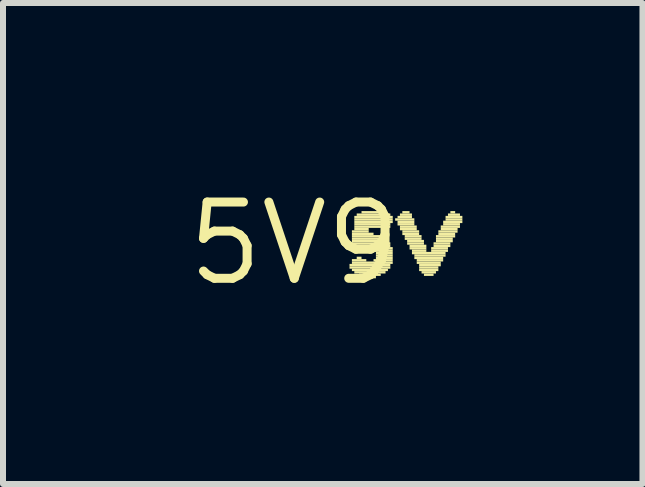
<source format=kicad_pcb>
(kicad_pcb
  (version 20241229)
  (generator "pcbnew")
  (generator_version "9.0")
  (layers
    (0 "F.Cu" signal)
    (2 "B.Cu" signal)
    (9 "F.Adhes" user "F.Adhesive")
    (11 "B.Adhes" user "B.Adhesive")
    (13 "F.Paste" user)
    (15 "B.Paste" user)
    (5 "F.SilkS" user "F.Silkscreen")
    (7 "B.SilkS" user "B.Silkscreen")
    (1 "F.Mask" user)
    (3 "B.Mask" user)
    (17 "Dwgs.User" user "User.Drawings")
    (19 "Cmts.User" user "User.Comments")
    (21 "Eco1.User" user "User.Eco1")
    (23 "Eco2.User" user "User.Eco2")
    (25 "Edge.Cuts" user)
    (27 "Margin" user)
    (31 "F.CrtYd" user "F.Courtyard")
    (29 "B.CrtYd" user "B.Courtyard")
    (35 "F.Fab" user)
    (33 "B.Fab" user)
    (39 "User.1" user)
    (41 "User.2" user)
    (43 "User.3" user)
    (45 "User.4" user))
  (footprint "5V9"
    (layer "F.Cu")
    (at 1.852 1.006)
    (property "Reference" "5V9" (at 0 0 0) (layer "F.SilkS") (effects (font (size 1.27 1.27) (thickness 0.15))))
    (fp_poly (pts (xy 0.92 0.38) (xy 1.6 0.38) (xy 1.6 0.34) (xy 0.92 0.34)) (stroke (width 0) (type default)) (fill yes) (layer "F.SilkS"))
    (fp_poly (pts (xy 0.92 0.42) (xy 1.6 0.42) (xy 1.6 0.38) (xy 0.92 0.38)) (stroke (width 0) (type default)) (fill yes) (layer "F.SilkS"))
    (fp_poly (pts (xy 0.96 -0.18) (xy 1.24 -0.18) (xy 1.24 -0.22) (xy 0.96 -0.22)) (stroke (width 0) (type default)) (fill yes) (layer "F.SilkS"))
    (fp_poly (pts (xy 0.96 -0.14) (xy 1.32 -0.14) (xy 1.32 -0.18) (xy 0.96 -0.18)) (stroke (width 0) (type default)) (fill yes) (layer "F.SilkS"))
    (fp_poly (pts (xy 0.96 -0.1) (xy 1.44 -0.1) (xy 1.44 -0.14) (xy 0.96 -0.14)) (stroke (width 0) (type default)) (fill yes) (layer "F.SilkS"))
    (fp_poly (pts (xy 0.96 -0.06) (xy 1.52 -0.06) (xy 1.52 -0.1) (xy 0.96 -0.1)) (stroke (width 0) (type default)) (fill yes) (layer "F.SilkS"))
    (fp_poly (pts (xy 0.96 -0.02) (xy 1.56 -0.02) (xy 1.56 -0.06) (xy 0.96 -0.06)) (stroke (width 0) (type default)) (fill yes) (layer "F.SilkS"))
    (fp_poly (pts (xy 0.96 0.02) (xy 1.6 0.02) (xy 1.6 -0.02) (xy 0.96 -0.02)) (stroke (width 0) (type default)) (fill yes) (layer "F.SilkS"))
    (fp_poly (pts (xy 0.96 0.06) (xy 1.6 0.06) (xy 1.6 0.02) (xy 0.96 0.02)) (stroke (width 0) (type default)) (fill yes) (layer "F.SilkS"))
    (fp_poly (pts (xy 0.96 0.1) (xy 1.64 0.1) (xy 1.64 0.06) (xy 0.96 0.06)) (stroke (width 0) (type default)) (fill yes) (layer "F.SilkS"))
    (fp_poly (pts (xy 0.96 0.3) (xy 1.2 0.3) (xy 1.2 0.26) (xy 0.96 0.26)) (stroke (width 0) (type default)) (fill yes) (layer "F.SilkS"))
    (fp_poly (pts (xy 0.96 0.34) (xy 1.64 0.34) (xy 1.64 0.3) (xy 0.96 0.3)) (stroke (width 0) (type default)) (fill yes) (layer "F.SilkS"))
    (fp_poly (pts (xy 0.96 0.46) (xy 1.56 0.46) (xy 1.56 0.42) (xy 0.96 0.42)) (stroke (width 0) (type default)) (fill yes) (layer "F.SilkS"))
    (fp_poly (pts (xy 1 -0.42) (xy 1.64 -0.42) (xy 1.64 -0.46) (xy 1 -0.46)) (stroke (width 0) (type default)) (fill yes) (layer "F.SilkS"))
    (fp_poly (pts (xy 1 -0.38) (xy 1.64 -0.38) (xy 1.64 -0.42) (xy 1 -0.42)) (stroke (width 0) (type default)) (fill yes) (layer "F.SilkS"))
    (fp_poly (pts (xy 1 -0.34) (xy 1.64 -0.34) (xy 1.64 -0.38) (xy 1 -0.38)) (stroke (width 0) (type default)) (fill yes) (layer "F.SilkS"))
    (fp_poly (pts (xy 1 -0.3) (xy 1.6 -0.3) (xy 1.6 -0.34) (xy 1 -0.34)) (stroke (width 0) (type default)) (fill yes) (layer "F.SilkS"))
    (fp_poly (pts (xy 1 -0.26) (xy 1.6 -0.26) (xy 1.6 -0.3) (xy 1 -0.3)) (stroke (width 0) (type default)) (fill yes) (layer "F.SilkS"))
    (fp_poly (pts (xy 1 -0.22) (xy 1.24 -0.22) (xy 1.24 -0.26) (xy 1 -0.26)) (stroke (width 0) (type default)) (fill yes) (layer "F.SilkS"))
    (fp_poly (pts (xy 1 0.14) (xy 1.2 0.14) (xy 1.2 0.1) (xy 1 0.1)) (stroke (width 0) (type default)) (fill yes) (layer "F.SilkS"))
    (fp_poly (pts (xy 1 0.5) (xy 1.52 0.5) (xy 1.52 0.46) (xy 1 0.46)) (stroke (width 0) (type default)) (fill yes) (layer "F.SilkS"))
    (fp_poly (pts (xy 1.04 -0.46) (xy 1.6 -0.46) (xy 1.6 -0.5) (xy 1.04 -0.5)) (stroke (width 0) (type default)) (fill yes) (layer "F.SilkS"))
    (fp_poly (pts (xy 1.04 0.26) (xy 1.12 0.26) (xy 1.12 0.22) (xy 1.04 0.22)) (stroke (width 0) (type default)) (fill yes) (layer "F.SilkS"))
    (fp_poly (pts (xy 1.08 0.54) (xy 1.44 0.54) (xy 1.44 0.5) (xy 1.08 0.5)) (stroke (width 0) (type default)) (fill yes) (layer "F.SilkS"))
    (fp_poly (pts (xy 1.12 -0.5) (xy 1.52 -0.5) (xy 1.52 -0.54) (xy 1.12 -0.54)) (stroke (width 0) (type default)) (fill yes) (layer "F.SilkS"))
    (fp_poly (pts (xy 1.2 0.58) (xy 1.36 0.58) (xy 1.36 0.54) (xy 1.2 0.54)) (stroke (width 0) (type default)) (fill yes) (layer "F.SilkS"))
    (fp_poly (pts (xy 1.32 0.14) (xy 1.64 0.14) (xy 1.64 0.1) (xy 1.32 0.1)) (stroke (width 0) (type default)) (fill yes) (layer "F.SilkS"))
    (fp_poly (pts (xy 1.32 0.3) (xy 1.64 0.3) (xy 1.64 0.26) (xy 1.32 0.26)) (stroke (width 0) (type default)) (fill yes) (layer "F.SilkS"))
    (fp_poly (pts (xy 1.36 0.18) (xy 1.64 0.18) (xy 1.64 0.14) (xy 1.36 0.14)) (stroke (width 0) (type default)) (fill yes) (layer "F.SilkS"))
    (fp_poly (pts (xy 1.36 0.22) (xy 1.64 0.22) (xy 1.64 0.18) (xy 1.36 0.18)) (stroke (width 0) (type default)) (fill yes) (layer "F.SilkS"))
    (fp_poly (pts (xy 1.36 0.26) (xy 1.64 0.26) (xy 1.64 0.22) (xy 1.36 0.22)) (stroke (width 0) (type default)) (fill yes) (layer "F.SilkS"))
    (fp_poly (pts (xy 1.68 -0.38) (xy 2 -0.38) (xy 2 -0.42) (xy 1.68 -0.42)) (stroke (width 0) (type default)) (fill yes) (layer "F.SilkS"))
    (fp_poly (pts (xy 1.72 -0.42) (xy 1.96 -0.42) (xy 1.96 -0.46) (xy 1.72 -0.46)) (stroke (width 0) (type default)) (fill yes) (layer "F.SilkS"))
    (fp_poly (pts (xy 1.72 -0.34) (xy 2 -0.34) (xy 2 -0.38) (xy 1.72 -0.38)) (stroke (width 0) (type default)) (fill yes) (layer "F.SilkS"))
    (fp_poly (pts (xy 1.72 -0.3) (xy 2 -0.3) (xy 2 -0.34) (xy 1.72 -0.34)) (stroke (width 0) (type default)) (fill yes) (layer "F.SilkS"))
    (fp_poly (pts (xy 1.76 -0.46) (xy 1.96 -0.46) (xy 1.96 -0.5) (xy 1.76 -0.5)) (stroke (width 0) (type default)) (fill yes) (layer "F.SilkS"))
    (fp_poly (pts (xy 1.76 -0.26) (xy 2.04 -0.26) (xy 2.04 -0.3) (xy 1.76 -0.3)) (stroke (width 0) (type default)) (fill yes) (layer "F.SilkS"))
    (fp_poly (pts (xy 1.76 -0.22) (xy 2.04 -0.22) (xy 2.04 -0.26) (xy 1.76 -0.26)) (stroke (width 0) (type default)) (fill yes) (layer "F.SilkS"))
    (fp_poly (pts (xy 1.8 -0.5) (xy 1.92 -0.5) (xy 1.92 -0.54) (xy 1.8 -0.54)) (stroke (width 0) (type default)) (fill yes) (layer "F.SilkS"))
    (fp_poly (pts (xy 1.8 -0.18) (xy 2.08 -0.18) (xy 2.08 -0.22) (xy 1.8 -0.22)) (stroke (width 0) (type default)) (fill yes) (layer "F.SilkS"))
    (fp_poly (pts (xy 1.8 -0.14) (xy 2.08 -0.14) (xy 2.08 -0.18) (xy 1.8 -0.18)) (stroke (width 0) (type default)) (fill yes) (layer "F.SilkS"))
    (fp_poly (pts (xy 1.84 -0.1) (xy 2.12 -0.1) (xy 2.12 -0.14) (xy 1.84 -0.14)) (stroke (width 0) (type default)) (fill yes) (layer "F.SilkS"))
    (fp_poly (pts (xy 1.84 -0.06) (xy 2.12 -0.06) (xy 2.12 -0.1) (xy 1.84 -0.1)) (stroke (width 0) (type default)) (fill yes) (layer "F.SilkS"))
    (fp_poly (pts (xy 1.88 -0.02) (xy 2.16 -0.02) (xy 2.16 -0.06) (xy 1.88 -0.06)) (stroke (width 0) (type default)) (fill yes) (layer "F.SilkS"))
    (fp_poly (pts (xy 1.88 0.02) (xy 2.16 0.02) (xy 2.16 -0.02) (xy 1.88 -0.02)) (stroke (width 0) (type default)) (fill yes) (layer "F.SilkS"))
    (fp_poly (pts (xy 1.92 0.06) (xy 2.2 0.06) (xy 2.2 0.02) (xy 1.92 0.02)) (stroke (width 0) (type default)) (fill yes) (layer "F.SilkS"))
    (fp_poly (pts (xy 1.92 0.1) (xy 2.2 0.1) (xy 2.2 0.06) (xy 1.92 0.06)) (stroke (width 0) (type default)) (fill yes) (layer "F.SilkS"))
    (fp_poly (pts (xy 1.96 0.14) (xy 2.2 0.14) (xy 2.2 0.1) (xy 1.96 0.1)) (stroke (width 0) (type default)) (fill yes) (layer "F.SilkS"))
    (fp_poly (pts (xy 1.96 0.18) (xy 2.52 0.18) (xy 2.52 0.14) (xy 1.96 0.14)) (stroke (width 0) (type default)) (fill yes) (layer "F.SilkS"))
    (fp_poly (pts (xy 2 0.22) (xy 2.52 0.22) (xy 2.52 0.18) (xy 2 0.18)) (stroke (width 0) (type default)) (fill yes) (layer "F.SilkS"))
    (fp_poly (pts (xy 2 0.26) (xy 2.48 0.26) (xy 2.48 0.22) (xy 2 0.22)) (stroke (width 0) (type default)) (fill yes) (layer "F.SilkS"))
    (fp_poly (pts (xy 2.04 0.3) (xy 2.48 0.3) (xy 2.48 0.26) (xy 2.04 0.26)) (stroke (width 0) (type default)) (fill yes) (layer "F.SilkS"))
    (fp_poly (pts (xy 2.04 0.34) (xy 2.44 0.34) (xy 2.44 0.3) (xy 2.04 0.3)) (stroke (width 0) (type default)) (fill yes) (layer "F.SilkS"))
    (fp_poly (pts (xy 2.08 0.38) (xy 2.44 0.38) (xy 2.44 0.34) (xy 2.08 0.34)) (stroke (width 0) (type default)) (fill yes) (layer "F.SilkS"))
    (fp_poly (pts (xy 2.08 0.42) (xy 2.4 0.42) (xy 2.4 0.38) (xy 2.08 0.38)) (stroke (width 0) (type default)) (fill yes) (layer "F.SilkS"))
    (fp_poly (pts (xy 2.08 0.46) (xy 2.4 0.46) (xy 2.4 0.42) (xy 2.08 0.42)) (stroke (width 0) (type default)) (fill yes) (layer "F.SilkS"))
    (fp_poly (pts (xy 2.12 0.5) (xy 2.36 0.5) (xy 2.36 0.46) (xy 2.12 0.46)) (stroke (width 0) (type default)) (fill yes) (layer "F.SilkS"))
    (fp_poly (pts (xy 2.16 0.54) (xy 2.32 0.54) (xy 2.32 0.5) (xy 2.16 0.5)) (stroke (width 0) (type default)) (fill yes) (layer "F.SilkS"))
    (fp_poly (pts (xy 2.28 0.1) (xy 2.56 0.1) (xy 2.56 0.06) (xy 2.28 0.06)) (stroke (width 0) (type default)) (fill yes) (layer "F.SilkS"))
    (fp_poly (pts (xy 2.28 0.14) (xy 2.56 0.14) (xy 2.56 0.1) (xy 2.28 0.1)) (stroke (width 0) (type default)) (fill yes) (layer "F.SilkS"))
    (fp_poly (pts (xy 2.32 0.02) (xy 2.6 0.02) (xy 2.6 -0.02) (xy 2.32 -0.02)) (stroke (width 0) (type default)) (fill yes) (layer "F.SilkS"))
    (fp_poly (pts (xy 2.32 0.06) (xy 2.6 0.06) (xy 2.6 0.02) (xy 2.32 0.02)) (stroke (width 0) (type default)) (fill yes) (layer "F.SilkS"))
    (fp_poly (pts (xy 2.36 -0.1) (xy 2.68 -0.1) (xy 2.68 -0.14) (xy 2.36 -0.14)) (stroke (width 0) (type default)) (fill yes) (layer "F.SilkS"))
    (fp_poly (pts (xy 2.36 -0.06) (xy 2.64 -0.06) (xy 2.64 -0.1) (xy 2.36 -0.1)) (stroke (width 0) (type default)) (fill yes) (layer "F.SilkS"))
    (fp_poly (pts (xy 2.36 -0.02) (xy 2.64 -0.02) (xy 2.64 -0.06) (xy 2.36 -0.06)) (stroke (width 0) (type default)) (fill yes) (layer "F.SilkS"))
    (fp_poly (pts (xy 2.4 -0.18) (xy 2.72 -0.18) (xy 2.72 -0.22) (xy 2.4 -0.22)) (stroke (width 0) (type default)) (fill yes) (layer "F.SilkS"))
    (fp_poly (pts (xy 2.4 -0.14) (xy 2.68 -0.14) (xy 2.68 -0.18) (xy 2.4 -0.18)) (stroke (width 0) (type default)) (fill yes) (layer "F.SilkS"))
    (fp_poly (pts (xy 2.44 -0.26) (xy 2.76 -0.26) (xy 2.76 -0.3) (xy 2.44 -0.3)) (stroke (width 0) (type default)) (fill yes) (layer "F.SilkS"))
    (fp_poly (pts (xy 2.44 -0.22) (xy 2.72 -0.22) (xy 2.72 -0.26) (xy 2.44 -0.26)) (stroke (width 0) (type default)) (fill yes) (layer "F.SilkS"))
    (fp_poly (pts (xy 2.48 -0.34) (xy 2.8 -0.34) (xy 2.8 -0.38) (xy 2.48 -0.38)) (stroke (width 0) (type default)) (fill yes) (layer "F.SilkS"))
    (fp_poly (pts (xy 2.48 -0.3) (xy 2.76 -0.3) (xy 2.76 -0.34) (xy 2.48 -0.34)) (stroke (width 0) (type default)) (fill yes) (layer "F.SilkS"))
    (fp_poly (pts (xy 2.52 -0.42) (xy 2.8 -0.42) (xy 2.8 -0.46) (xy 2.52 -0.46)) (stroke (width 0) (type default)) (fill yes) (layer "F.SilkS"))
    (fp_poly (pts (xy 2.52 -0.38) (xy 2.8 -0.38) (xy 2.8 -0.42) (xy 2.52 -0.42)) (stroke (width 0) (type default)) (fill yes) (layer "F.SilkS"))
    (fp_poly (pts (xy 2.56 -0.46) (xy 2.76 -0.46) (xy 2.76 -0.5) (xy 2.56 -0.5)) (stroke (width 0) (type default)) (fill yes) (layer "F.SilkS"))
    (fp_poly (pts (xy 2.6 -0.5) (xy 2.68 -0.5) (xy 2.68 -0.54) (xy 2.6 -0.54)) (stroke (width 0) (type default)) (fill yes) (layer "F.SilkS")))
  (gr_rect
    (start -3 -3)
    (end 7.652 5.012)
    (stroke (width 0.1) (type default))
    (fill no)
    (layer "Edge.Cuts")))
</source>
